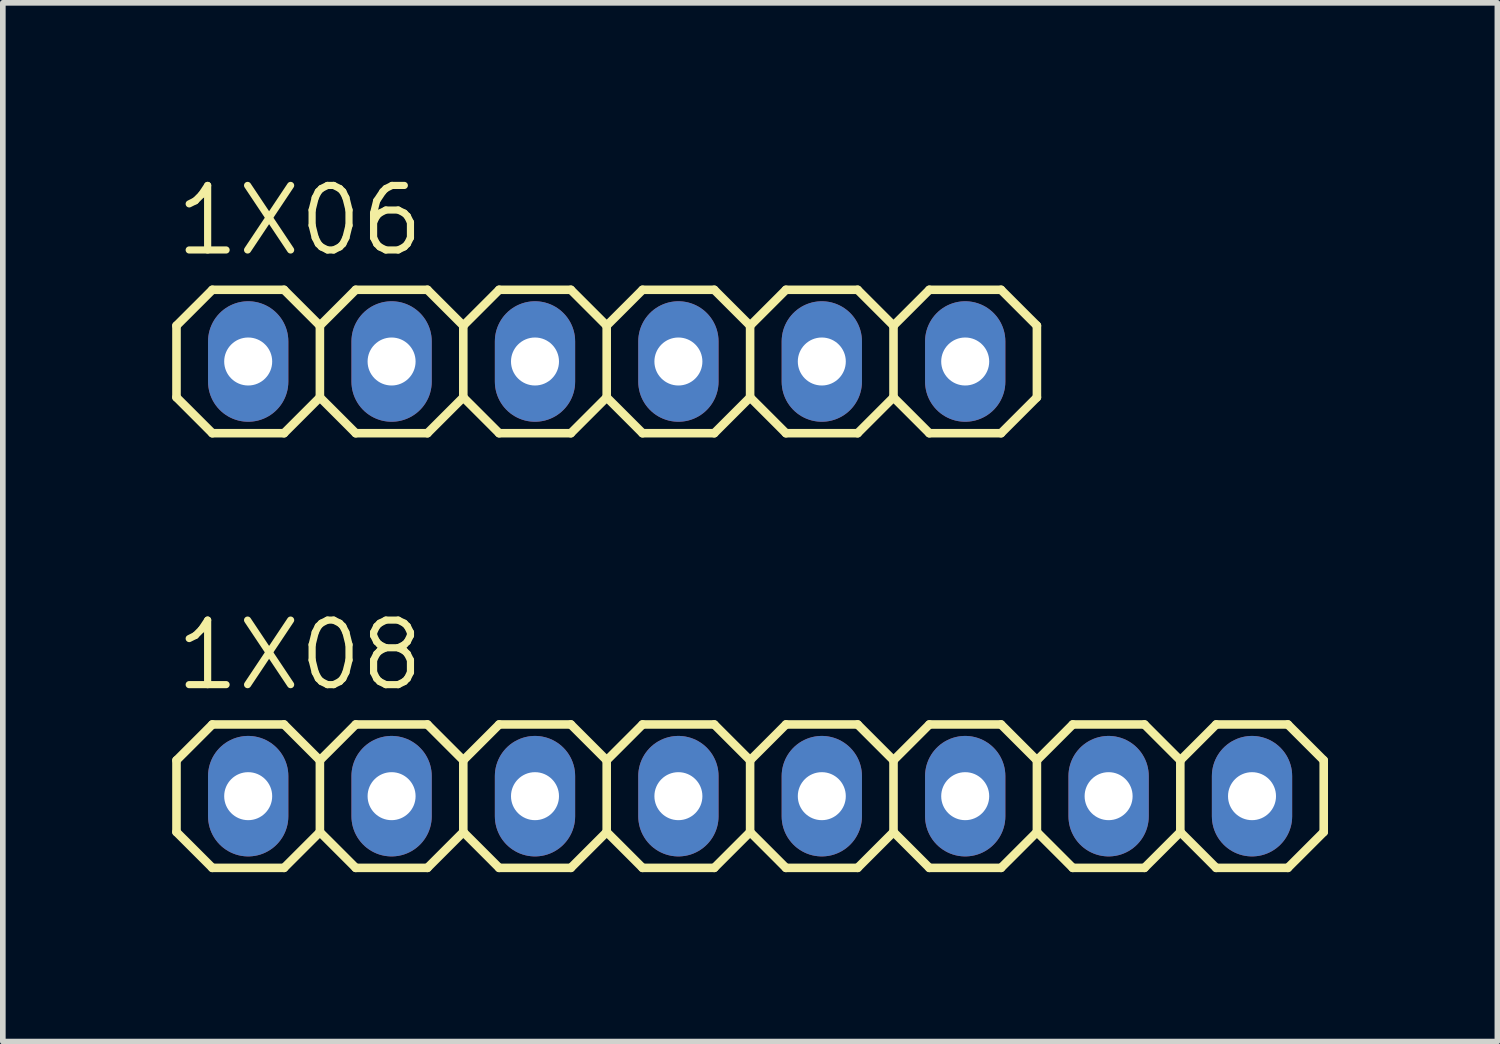
<source format=kicad_pcb>
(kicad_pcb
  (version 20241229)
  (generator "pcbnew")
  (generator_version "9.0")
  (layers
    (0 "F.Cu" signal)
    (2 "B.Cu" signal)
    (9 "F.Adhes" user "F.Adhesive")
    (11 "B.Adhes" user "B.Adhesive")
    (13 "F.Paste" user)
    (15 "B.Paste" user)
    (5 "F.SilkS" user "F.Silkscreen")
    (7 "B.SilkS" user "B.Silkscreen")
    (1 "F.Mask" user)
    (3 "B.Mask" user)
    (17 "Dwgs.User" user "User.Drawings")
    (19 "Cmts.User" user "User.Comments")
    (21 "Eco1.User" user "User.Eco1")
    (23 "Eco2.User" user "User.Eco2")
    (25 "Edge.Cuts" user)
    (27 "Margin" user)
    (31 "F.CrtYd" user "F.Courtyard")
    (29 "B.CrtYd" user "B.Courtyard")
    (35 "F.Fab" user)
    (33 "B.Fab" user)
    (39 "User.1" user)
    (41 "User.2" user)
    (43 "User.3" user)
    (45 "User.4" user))
  (footprint "1X06"
    (layer "F.Cu")
    (at 7.696 3.353)
    (property "Reference" "1X06" (at -7.696 -1.829 0) (layer "F.SilkS") (effects (font (size 1.143 1.143) (thickness 0.127)) (justify left bottom)))
    (fp_line (start -7.62 -0.635) (end -7.62 0.635) (stroke (width 0.152) (type solid)) (layer "F.SilkS"))
    (fp_line (start -7.62 0.635) (end -6.985 1.27) (stroke (width 0.152) (type solid)) (layer "F.SilkS"))
    (fp_line (start -6.985 -1.27) (end -7.62 -0.635) (stroke (width 0.152) (type solid)) (layer "F.SilkS"))
    (fp_line (start -6.985 -1.27) (end -5.715 -1.27) (stroke (width 0.152) (type solid)) (layer "F.SilkS"))
    (fp_line (start -5.715 -1.27) (end -5.08 -0.635) (stroke (width 0.152) (type solid)) (layer "F.SilkS"))
    (fp_line (start -5.715 1.27) (end -6.985 1.27) (stroke (width 0.152) (type solid)) (layer "F.SilkS"))
    (fp_line (start -5.08 -0.635) (end -5.08 0.635) (stroke (width 0.152) (type solid)) (layer "F.SilkS"))
    (fp_line (start -5.08 -0.635) (end -4.445 -1.27) (stroke (width 0.152) (type solid)) (layer "F.SilkS"))
    (fp_line (start -5.08 0.635) (end -5.715 1.27) (stroke (width 0.152) (type solid)) (layer "F.SilkS"))
    (fp_line (start -4.445 -1.27) (end -3.175 -1.27) (stroke (width 0.152) (type solid)) (layer "F.SilkS"))
    (fp_line (start -4.445 1.27) (end -5.08 0.635) (stroke (width 0.152) (type solid)) (layer "F.SilkS"))
    (fp_line (start -3.175 -1.27) (end -2.54 -0.635) (stroke (width 0.152) (type solid)) (layer "F.SilkS"))
    (fp_line (start -3.175 1.27) (end -4.445 1.27) (stroke (width 0.152) (type solid)) (layer "F.SilkS"))
    (fp_line (start -2.54 -0.635) (end -2.54 0.635) (stroke (width 0.152) (type solid)) (layer "F.SilkS"))
    (fp_line (start -2.54 -0.635) (end -1.905 -1.27) (stroke (width 0.152) (type solid)) (layer "F.SilkS"))
    (fp_line (start -2.54 0.635) (end -3.175 1.27) (stroke (width 0.152) (type solid)) (layer "F.SilkS"))
    (fp_line (start -1.905 -1.27) (end -0.635 -1.27) (stroke (width 0.152) (type solid)) (layer "F.SilkS"))
    (fp_line (start -1.905 1.27) (end -2.54 0.635) (stroke (width 0.152) (type solid)) (layer "F.SilkS"))
    (fp_line (start -0.635 -1.27) (end 0 -0.635) (stroke (width 0.152) (type solid)) (layer "F.SilkS"))
    (fp_line (start -0.635 1.27) (end -1.905 1.27) (stroke (width 0.152) (type solid)) (layer "F.SilkS"))
    (fp_line (start 0 -0.635) (end 0 0.635) (stroke (width 0.152) (type solid)) (layer "F.SilkS"))
    (fp_line (start 0 0.635) (end -0.635 1.27) (stroke (width 0.152) (type solid)) (layer "F.SilkS"))
    (fp_line (start 0 0.635) (end 0.635 1.27) (stroke (width 0.152) (type solid)) (layer "F.SilkS"))
    (fp_line (start 0.635 -1.27) (end 0 -0.635) (stroke (width 0.152) (type solid)) (layer "F.SilkS"))
    (fp_line (start 0.635 -1.27) (end 1.905 -1.27) (stroke (width 0.152) (type solid)) (layer "F.SilkS"))
    (fp_line (start 1.905 -1.27) (end 2.54 -0.635) (stroke (width 0.152) (type solid)) (layer "F.SilkS"))
    (fp_line (start 1.905 1.27) (end 0.635 1.27) (stroke (width 0.152) (type solid)) (layer "F.SilkS"))
    (fp_line (start 2.54 -0.635) (end 2.54 0.635) (stroke (width 0.152) (type solid)) (layer "F.SilkS"))
    (fp_line (start 2.54 -0.635) (end 3.175 -1.27) (stroke (width 0.152) (type solid)) (layer "F.SilkS"))
    (fp_line (start 2.54 0.635) (end 1.905 1.27) (stroke (width 0.152) (type solid)) (layer "F.SilkS"))
    (fp_line (start 3.175 -1.27) (end 4.445 -1.27) (stroke (width 0.152) (type solid)) (layer "F.SilkS"))
    (fp_line (start 3.175 1.27) (end 2.54 0.635) (stroke (width 0.152) (type solid)) (layer "F.SilkS"))
    (fp_line (start 4.445 -1.27) (end 5.08 -0.635) (stroke (width 0.152) (type solid)) (layer "F.SilkS"))
    (fp_line (start 4.445 1.27) (end 3.175 1.27) (stroke (width 0.152) (type solid)) (layer "F.SilkS"))
    (fp_line (start 5.08 -0.635) (end 5.08 0.635) (stroke (width 0.152) (type solid)) (layer "F.SilkS"))
    (fp_line (start 5.08 0.635) (end 4.445 1.27) (stroke (width 0.152) (type solid)) (layer "F.SilkS"))
    (fp_line (start 5.08 0.635) (end 5.715 1.27) (stroke (width 0.152) (type solid)) (layer "F.SilkS"))
    (fp_line (start 5.715 -1.27) (end 5.08 -0.635) (stroke (width 0.152) (type solid)) (layer "F.SilkS"))
    (fp_line (start 5.715 -1.27) (end 6.985 -1.27) (stroke (width 0.152) (type solid)) (layer "F.SilkS"))
    (fp_line (start 6.985 -1.27) (end 7.62 -0.635) (stroke (width 0.152) (type solid)) (layer "F.SilkS"))
    (fp_line (start 6.985 1.27) (end 5.715 1.27) (stroke (width 0.152) (type solid)) (layer "F.SilkS"))
    (fp_line (start 7.62 -0.635) (end 7.62 0.635) (stroke (width 0.152) (type solid)) (layer "F.SilkS"))
    (fp_line (start 7.62 0.635) (end 6.985 1.27) (stroke (width 0.152) (type solid)) (layer "F.SilkS"))
    (fp_poly (pts (xy -6.604 0.254) (xy -6.096 0.254) (xy -6.096 -0.254) (xy -6.604 -0.254)) (stroke (width 0.1) (type solid)) (fill no) (layer "F.Fab"))
    (fp_poly (pts (xy -4.064 0.254) (xy -3.556 0.254) (xy -3.556 -0.254) (xy -4.064 -0.254)) (stroke (width 0.1) (type solid)) (fill no) (layer "F.Fab"))
    (fp_poly (pts (xy -1.524 0.254) (xy -1.016 0.254) (xy -1.016 -0.254) (xy -1.524 -0.254)) (stroke (width 0.1) (type solid)) (fill no) (layer "F.Fab"))
    (fp_poly (pts (xy 1.016 0.254) (xy 1.524 0.254) (xy 1.524 -0.254) (xy 1.016 -0.254)) (stroke (width 0.1) (type solid)) (fill no) (layer "F.Fab"))
    (fp_poly (pts (xy 3.556 0.254) (xy 4.064 0.254) (xy 4.064 -0.254) (xy 3.556 -0.254)) (stroke (width 0.1) (type solid)) (fill no) (layer "F.Fab"))
    (fp_poly (pts (xy 6.096 0.254) (xy 6.604 0.254) (xy 6.604 -0.254) (xy 6.096 -0.254)) (stroke (width 0.1) (type solid)) (fill no) (layer "F.Fab"))
    (pad "1" thru_hole oval (at -6.35 0 90) (size 2.134 1.422) (drill 0.85) (layers "*.Cu" "*.Mask"))
    (pad "2" thru_hole oval (at -3.81 0 90) (size 2.134 1.422) (drill 0.85) (layers "*.Cu" "*.Mask"))
    (pad "3" thru_hole oval (at -1.27 0 90) (size 2.134 1.422) (drill 0.85) (layers "*.Cu" "*.Mask"))
    (pad "4" thru_hole oval (at 1.27 0 90) (size 2.134 1.422) (drill 0.85) (layers "*.Cu" "*.Mask"))
    (pad "5" thru_hole oval (at 3.81 0 90) (size 2.134 1.422) (drill 0.85) (layers "*.Cu" "*.Mask"))
    (pad "6" thru_hole oval (at 6.35 0 90) (size 2.134 1.422) (drill 0.85) (layers "*.Cu" "*.Mask")))
  (footprint "1X08"
    (layer "F.Cu")
    (at 10.236 11.052)
    (property "Reference" "1X08" (at -10.236 -1.829 0) (layer "F.SilkS") (effects (font (size 1.143 1.143) (thickness 0.127)) (justify left bottom)))
    (fp_line (start -10.16 -0.635) (end -10.16 0.635) (stroke (width 0.152) (type solid)) (layer "F.SilkS"))
    (fp_line (start -10.16 0.635) (end -9.525 1.27) (stroke (width 0.152) (type solid)) (layer "F.SilkS"))
    (fp_line (start -9.525 -1.27) (end -10.16 -0.635) (stroke (width 0.152) (type solid)) (layer "F.SilkS"))
    (fp_line (start -9.525 -1.27) (end -8.255 -1.27) (stroke (width 0.152) (type solid)) (layer "F.SilkS"))
    (fp_line (start -8.255 -1.27) (end -7.62 -0.635) (stroke (width 0.152) (type solid)) (layer "F.SilkS"))
    (fp_line (start -8.255 1.27) (end -9.525 1.27) (stroke (width 0.152) (type solid)) (layer "F.SilkS"))
    (fp_line (start -7.62 -0.635) (end -7.62 0.635) (stroke (width 0.152) (type solid)) (layer "F.SilkS"))
    (fp_line (start -7.62 -0.635) (end -6.985 -1.27) (stroke (width 0.152) (type solid)) (layer "F.SilkS"))
    (fp_line (start -7.62 0.635) (end -8.255 1.27) (stroke (width 0.152) (type solid)) (layer "F.SilkS"))
    (fp_line (start -6.985 -1.27) (end -5.715 -1.27) (stroke (width 0.152) (type solid)) (layer "F.SilkS"))
    (fp_line (start -6.985 1.27) (end -7.62 0.635) (stroke (width 0.152) (type solid)) (layer "F.SilkS"))
    (fp_line (start -5.715 -1.27) (end -5.08 -0.635) (stroke (width 0.152) (type solid)) (layer "F.SilkS"))
    (fp_line (start -5.715 1.27) (end -6.985 1.27) (stroke (width 0.152) (type solid)) (layer "F.SilkS"))
    (fp_line (start -5.08 -0.635) (end -5.08 0.635) (stroke (width 0.152) (type solid)) (layer "F.SilkS"))
    (fp_line (start -5.08 -0.635) (end -4.445 -1.27) (stroke (width 0.152) (type solid)) (layer "F.SilkS"))
    (fp_line (start -5.08 0.635) (end -5.715 1.27) (stroke (width 0.152) (type solid)) (layer "F.SilkS"))
    (fp_line (start -4.445 -1.27) (end -3.175 -1.27) (stroke (width 0.152) (type solid)) (layer "F.SilkS"))
    (fp_line (start -4.445 1.27) (end -5.08 0.635) (stroke (width 0.152) (type solid)) (layer "F.SilkS"))
    (fp_line (start -3.175 -1.27) (end -2.54 -0.635) (stroke (width 0.152) (type solid)) (layer "F.SilkS"))
    (fp_line (start -3.175 1.27) (end -4.445 1.27) (stroke (width 0.152) (type solid)) (layer "F.SilkS"))
    (fp_line (start -2.54 -0.635) (end -2.54 0.635) (stroke (width 0.152) (type solid)) (layer "F.SilkS"))
    (fp_line (start -2.54 0.635) (end -3.175 1.27) (stroke (width 0.152) (type solid)) (layer "F.SilkS"))
    (fp_line (start -2.54 0.635) (end -1.905 1.27) (stroke (width 0.152) (type solid)) (layer "F.SilkS"))
    (fp_line (start -1.905 -1.27) (end -2.54 -0.635) (stroke (width 0.152) (type solid)) (layer "F.SilkS"))
    (fp_line (start -1.905 -1.27) (end -0.635 -1.27) (stroke (width 0.152) (type solid)) (layer "F.SilkS"))
    (fp_line (start -0.635 -1.27) (end 0 -0.635) (stroke (width 0.152) (type solid)) (layer "F.SilkS"))
    (fp_line (start -0.635 1.27) (end -1.905 1.27) (stroke (width 0.152) (type solid)) (layer "F.SilkS"))
    (fp_line (start 0 -0.635) (end 0 0.635) (stroke (width 0.152) (type solid)) (layer "F.SilkS"))
    (fp_line (start 0 -0.635) (end 0.635 -1.27) (stroke (width 0.152) (type solid)) (layer "F.SilkS"))
    (fp_line (start 0 0.635) (end -0.635 1.27) (stroke (width 0.152) (type solid)) (layer "F.SilkS"))
    (fp_line (start 0.635 -1.27) (end 1.905 -1.27) (stroke (width 0.152) (type solid)) (layer "F.SilkS"))
    (fp_line (start 0.635 1.27) (end 0 0.635) (stroke (width 0.152) (type solid)) (layer "F.SilkS"))
    (fp_line (start 1.905 -1.27) (end 2.54 -0.635) (stroke (width 0.152) (type solid)) (layer "F.SilkS"))
    (fp_line (start 1.905 1.27) (end 0.635 1.27) (stroke (width 0.152) (type solid)) (layer "F.SilkS"))
    (fp_line (start 2.54 -0.635) (end 2.54 0.635) (stroke (width 0.152) (type solid)) (layer "F.SilkS"))
    (fp_line (start 2.54 -0.635) (end 3.175 -1.27) (stroke (width 0.152) (type solid)) (layer "F.SilkS"))
    (fp_line (start 2.54 0.635) (end 1.905 1.27) (stroke (width 0.152) (type solid)) (layer "F.SilkS"))
    (fp_line (start 3.175 -1.27) (end 4.445 -1.27) (stroke (width 0.152) (type solid)) (layer "F.SilkS"))
    (fp_line (start 3.175 1.27) (end 2.54 0.635) (stroke (width 0.152) (type solid)) (layer "F.SilkS"))
    (fp_line (start 4.445 -1.27) (end 5.08 -0.635) (stroke (width 0.152) (type solid)) (layer "F.SilkS"))
    (fp_line (start 4.445 1.27) (end 3.175 1.27) (stroke (width 0.152) (type solid)) (layer "F.SilkS"))
    (fp_line (start 5.08 -0.635) (end 5.08 0.635) (stroke (width 0.152) (type solid)) (layer "F.SilkS"))
    (fp_line (start 5.08 0.635) (end 4.445 1.27) (stroke (width 0.152) (type solid)) (layer "F.SilkS"))
    (fp_line (start 5.08 0.635) (end 5.715 1.27) (stroke (width 0.152) (type solid)) (layer "F.SilkS"))
    (fp_line (start 5.715 -1.27) (end 5.08 -0.635) (stroke (width 0.152) (type solid)) (layer "F.SilkS"))
    (fp_line (start 5.715 -1.27) (end 6.985 -1.27) (stroke (width 0.152) (type solid)) (layer "F.SilkS"))
    (fp_line (start 6.985 -1.27) (end 7.62 -0.635) (stroke (width 0.152) (type solid)) (layer "F.SilkS"))
    (fp_line (start 6.985 1.27) (end 5.715 1.27) (stroke (width 0.152) (type solid)) (layer "F.SilkS"))
    (fp_line (start 7.62 -0.635) (end 7.62 0.635) (stroke (width 0.152) (type solid)) (layer "F.SilkS"))
    (fp_line (start 7.62 0.635) (end 6.985 1.27) (stroke (width 0.152) (type solid)) (layer "F.SilkS"))
    (fp_line (start 7.62 0.635) (end 8.255 1.27) (stroke (width 0.152) (type solid)) (layer "F.SilkS"))
    (fp_line (start 8.255 -1.27) (end 7.62 -0.635) (stroke (width 0.152) (type solid)) (layer "F.SilkS"))
    (fp_line (start 8.255 -1.27) (end 9.525 -1.27) (stroke (width 0.152) (type solid)) (layer "F.SilkS"))
    (fp_line (start 9.525 -1.27) (end 10.16 -0.635) (stroke (width 0.152) (type solid)) (layer "F.SilkS"))
    (fp_line (start 9.525 1.27) (end 8.255 1.27) (stroke (width 0.152) (type solid)) (layer "F.SilkS"))
    (fp_line (start 10.16 -0.635) (end 10.16 0.635) (stroke (width 0.152) (type solid)) (layer "F.SilkS"))
    (fp_line (start 10.16 0.635) (end 9.525 1.27) (stroke (width 0.152) (type solid)) (layer "F.SilkS"))
    (fp_poly (pts (xy -9.144 0.254) (xy -8.636 0.254) (xy -8.636 -0.254) (xy -9.144 -0.254)) (stroke (width 0.1) (type solid)) (fill no) (layer "F.Fab"))
    (fp_poly (pts (xy -6.604 0.254) (xy -6.096 0.254) (xy -6.096 -0.254) (xy -6.604 -0.254)) (stroke (width 0.1) (type solid)) (fill no) (layer "F.Fab"))
    (fp_poly (pts (xy -4.064 0.254) (xy -3.556 0.254) (xy -3.556 -0.254) (xy -4.064 -0.254)) (stroke (width 0.1) (type solid)) (fill no) (layer "F.Fab"))
    (fp_poly (pts (xy -1.524 0.254) (xy -1.016 0.254) (xy -1.016 -0.254) (xy -1.524 -0.254)) (stroke (width 0.1) (type solid)) (fill no) (layer "F.Fab"))
    (fp_poly (pts (xy 1.016 0.254) (xy 1.524 0.254) (xy 1.524 -0.254) (xy 1.016 -0.254)) (stroke (width 0.1) (type solid)) (fill no) (layer "F.Fab"))
    (fp_poly (pts (xy 3.556 0.254) (xy 4.064 0.254) (xy 4.064 -0.254) (xy 3.556 -0.254)) (stroke (width 0.1) (type solid)) (fill no) (layer "F.Fab"))
    (fp_poly (pts (xy 6.096 0.254) (xy 6.604 0.254) (xy 6.604 -0.254) (xy 6.096 -0.254)) (stroke (width 0.1) (type solid)) (fill no) (layer "F.Fab"))
    (fp_poly (pts (xy 8.636 0.254) (xy 9.144 0.254) (xy 9.144 -0.254) (xy 8.636 -0.254)) (stroke (width 0.1) (type solid)) (fill no) (layer "F.Fab"))
    (pad "1" thru_hole oval (at -8.89 0 90) (size 2.134 1.422) (drill 0.85) (layers "*.Cu" "*.Mask"))
    (pad "2" thru_hole oval (at -6.35 0 90) (size 2.134 1.422) (drill 0.85) (layers "*.Cu" "*.Mask"))
    (pad "3" thru_hole oval (at -3.81 0 90) (size 2.134 1.422) (drill 0.85) (layers "*.Cu" "*.Mask"))
    (pad "4" thru_hole oval (at -1.27 0 90) (size 2.134 1.422) (drill 0.85) (layers "*.Cu" "*.Mask"))
    (pad "5" thru_hole oval (at 1.27 0 90) (size 2.134 1.422) (drill 0.85) (layers "*.Cu" "*.Mask"))
    (pad "6" thru_hole oval (at 3.81 0 90) (size 2.134 1.422) (drill 0.85) (layers "*.Cu" "*.Mask"))
    (pad "7" thru_hole oval (at 6.35 0 90) (size 2.134 1.422) (drill 0.85) (layers "*.Cu" "*.Mask"))
    (pad "8" thru_hole oval (at 8.89 0 90) (size 2.134 1.422) (drill 0.85) (layers "*.Cu" "*.Mask")))
  (gr_rect
    (start -3 -3)
    (end 23.472 15.398)
    (stroke (width 0.1) (type default))
    (fill no)
    (layer "Edge.Cuts")))
</source>
